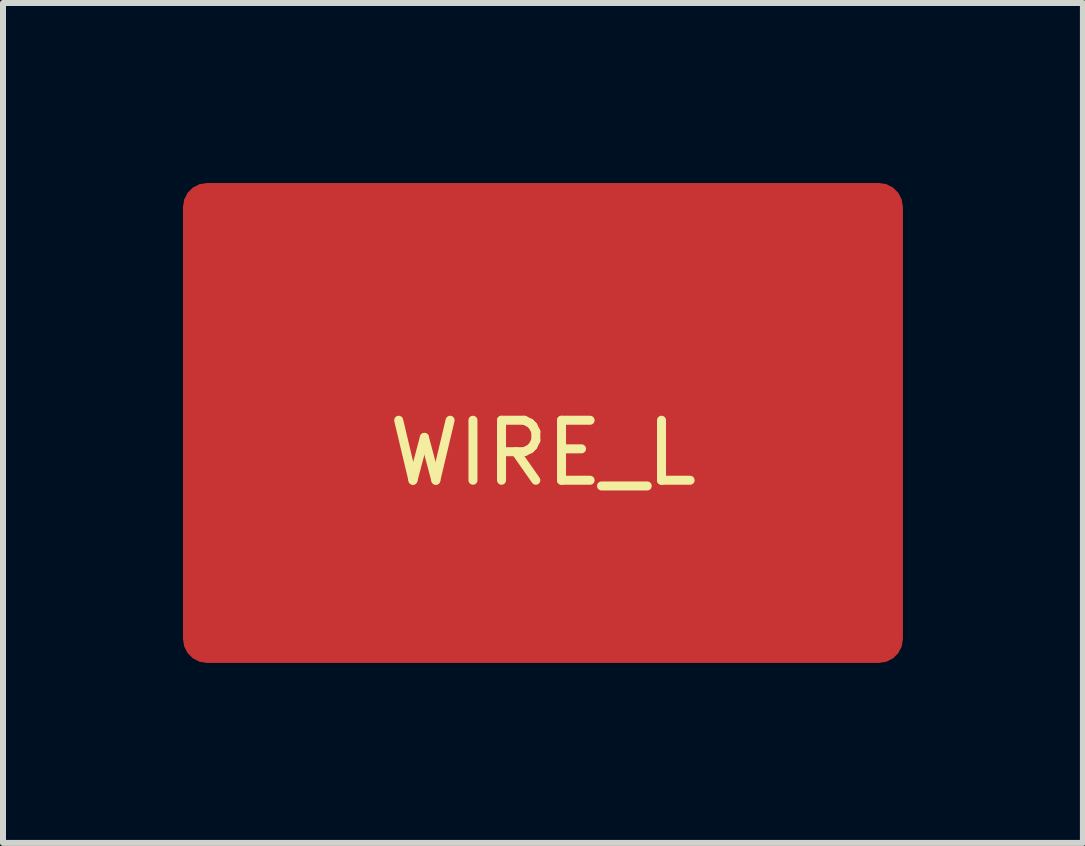
<source format=kicad_pcb>
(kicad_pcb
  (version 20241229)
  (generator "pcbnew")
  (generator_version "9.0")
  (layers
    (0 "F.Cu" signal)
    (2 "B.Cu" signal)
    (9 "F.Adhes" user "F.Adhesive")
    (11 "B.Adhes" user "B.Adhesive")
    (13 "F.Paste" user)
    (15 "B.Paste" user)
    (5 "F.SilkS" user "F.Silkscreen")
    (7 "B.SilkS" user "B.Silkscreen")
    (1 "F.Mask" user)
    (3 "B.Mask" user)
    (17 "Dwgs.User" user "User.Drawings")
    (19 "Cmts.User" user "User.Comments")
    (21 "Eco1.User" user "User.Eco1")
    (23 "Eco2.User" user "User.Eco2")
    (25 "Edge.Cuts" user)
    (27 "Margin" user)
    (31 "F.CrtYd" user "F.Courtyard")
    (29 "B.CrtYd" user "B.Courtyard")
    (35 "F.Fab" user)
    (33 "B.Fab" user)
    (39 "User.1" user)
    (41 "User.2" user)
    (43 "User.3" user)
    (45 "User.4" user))
  (footprint "WIRE_L"
    (layer "F.Cu")
    (at 6 4)
    (property "Reference" "WIRE_L" (at 0 0.5 0) (layer "F.SilkS") (effects (font (size 1 1) (thickness 0.15))))
    (attr smd)
    (pad "1" smd roundrect (at 0 0) (size 12 8) (layers "F.Cu" "F.Mask") (roundrect_rratio 0.05)))
  (gr_rect
    (start -3 -3)
    (end 15 11)
    (stroke (width 0.1) (type default))
    (fill no)
    (layer "Edge.Cuts")))
</source>
